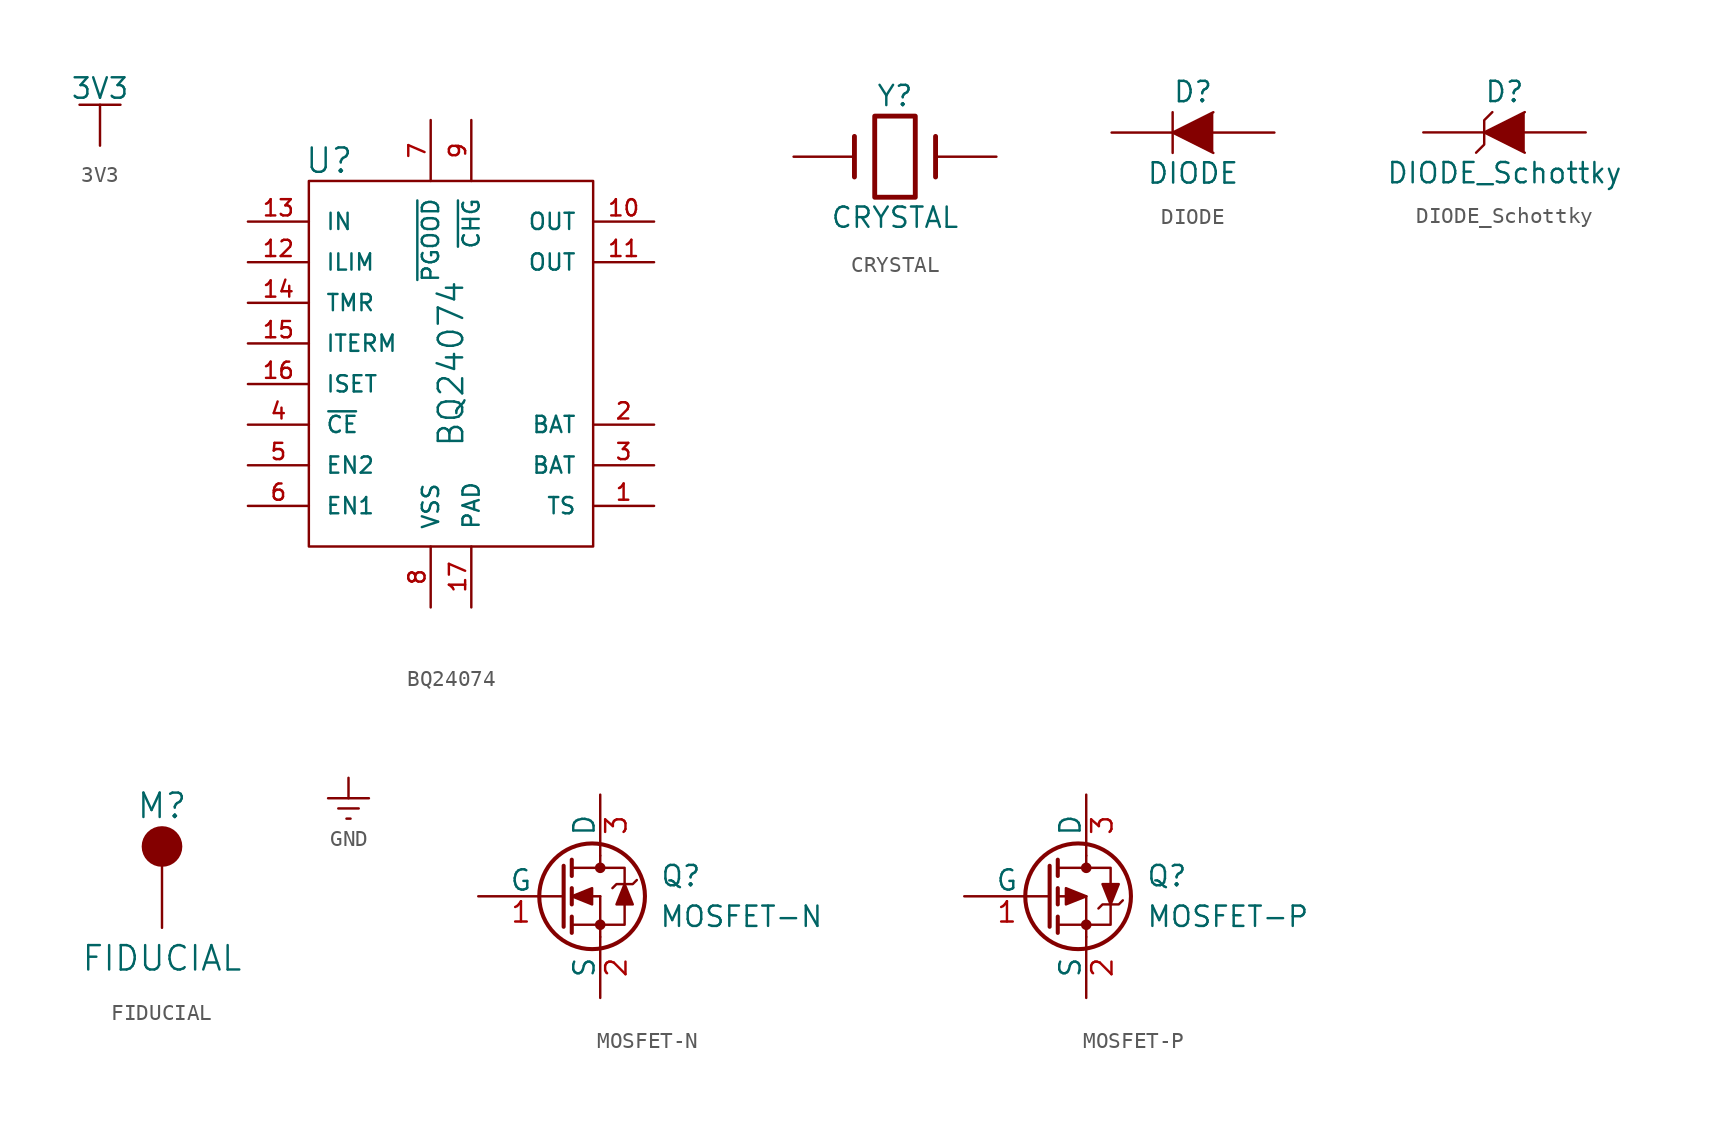
<source format=kicad_sym>
(kicad_symbol_lib
  (version 20211014)
  (generator kicad_symbol_editor)
  (symbol "3V3"
    (power)
    (pin_names
      (offset 0))
    (property "Reference" "#PWR"
      (at 0 -3.81 0)
      (effects (font (size 1.27 1.27)) hide))
    (property "Value" "3V3"
      (at 0 3.556 0)
      (effects (font (size 1.27 1.27))))
    (property "Footprint" ""
      (at 0 0 0)
      (effects (font (size 1.524 1.524))))
    (property "Datasheet" ""
      (at 0 0 0)
      (effects (font (size 1.524 1.524))))
    (symbol "3V3_0_1"
      (polyline (pts (xy -1.27 2.54) (xy 1.27 2.54)) (stroke (width 0) (type default) (color 0 0 0 0)) (fill (type none)))
      (polyline (pts (xy 0 0) (xy 0 2.54)) (stroke (width 0) (type default) (color 0 0 0 0)) (fill (type none))))
    (symbol "3V3_1_1"
      (pin power_in line (at 0 0 90) (length 0) hide (name "3V3" (effects (font (size 1.27 1.27)))) (number "1" (effects (font (size 1.27 1.27)))))))
  (symbol "BQ24074"
    (pin_names
      (offset 1.016))
    (property "Reference" "U"
      (at -7.62 12.7 0)
      (effects (font (size 1.524 1.524))))
    (property "Value" "BQ24074"
      (at 0 0 90)
      (effects (font (size 1.524 1.524))))
    (property "Datasheet" ""
      (at 1.27 0 0)
      (effects (font (size 1.524 1.524))))
    (symbol "BQ24074_0_0"
      (rectangle (start 8.89 -11.43) (end -8.89 11.43) (stroke (width 0) (type default) (color 0 0 0 0)) (fill (type none))))
    (symbol "BQ24074_1_1"
      (pin input line (at 12.7 -8.89 180) (length 3.81) (name "TS" (effects (font (size 1.016 1.016)))) (number "1" (effects (font (size 1.016 1.016)))))
      (pin input line (at 12.7 8.89 180) (length 3.81) (name "OUT" (effects (font (size 1.016 1.016)))) (number "10" (effects (font (size 1.016 1.016)))))
      (pin input line (at 12.7 6.35 180) (length 3.81) (name "OUT" (effects (font (size 1.016 1.016)))) (number "11" (effects (font (size 1.016 1.016)))))
      (pin input line (at -12.7 6.35 0) (length 3.81) (name "ILIM" (effects (font (size 1.016 1.016)))) (number "12" (effects (font (size 1.016 1.016)))))
      (pin input line (at -12.7 8.89 0) (length 3.81) (name "IN" (effects (font (size 1.016 1.016)))) (number "13" (effects (font (size 1.016 1.016)))))
      (pin input line (at -12.7 3.81 0) (length 3.81) (name "TMR" (effects (font (size 1.016 1.016)))) (number "14" (effects (font (size 1.016 1.016)))))
      (pin input line (at -12.7 1.27 0) (length 3.81) (name "ITERM" (effects (font (size 1.016 1.016)))) (number "15" (effects (font (size 1.016 1.016)))))
      (pin input line (at -12.7 -1.27 0) (length 3.81) (name "ISET" (effects (font (size 1.016 1.016)))) (number "16" (effects (font (size 1.016 1.016)))))
      (pin input line (at 1.27 -15.24 90) (length 3.81) (name "PAD" (effects (font (size 1.016 1.016)))) (number "17" (effects (font (size 1.016 1.016)))))
      (pin input line (at 12.7 -3.81 180) (length 3.81) (name "BAT" (effects (font (size 1.016 1.016)))) (number "2" (effects (font (size 1.016 1.016)))))
      (pin input line (at 12.7 -6.35 180) (length 3.81) (name "BAT" (effects (font (size 1.016 1.016)))) (number "3" (effects (font (size 1.016 1.016)))))
      (pin input line (at -12.7 -3.81 0) (length 3.81) (name "~{CE}" (effects (font (size 1.016 1.016)))) (number "4" (effects (font (size 1.016 1.016)))))
      (pin input line (at -12.7 -6.35 0) (length 3.81) (name "EN2" (effects (font (size 1.016 1.016)))) (number "5" (effects (font (size 1.016 1.016)))))
      (pin input line (at -12.7 -8.89 0) (length 3.81) (name "EN1" (effects (font (size 1.016 1.016)))) (number "6" (effects (font (size 1.016 1.016)))))
      (pin input line (at -1.27 15.24 270) (length 3.81) (name "~{PGOOD}" (effects (font (size 1.016 1.016)))) (number "7" (effects (font (size 1.016 1.016)))))
      (pin input line (at -1.27 -15.24 90) (length 3.81) (name "VSS" (effects (font (size 1.016 1.016)))) (number "8" (effects (font (size 1.016 1.016)))))
      (pin input line (at 1.27 15.24 270) (length 3.81) (name "~{CHG}" (effects (font (size 1.016 1.016)))) (number "9" (effects (font (size 1.016 1.016)))))))
  (symbol "CRYSTAL"
    (pin_numbers hide)
    (pin_names
      (offset 1.016) hide)
    (property "Reference" "Y"
      (at 0 3.81 0)
      (effects (font (size 1.27 1.27))))
    (property "Value" "CRYSTAL"
      (at 0 -3.81 0)
      (effects (font (size 1.27 1.27))))
    (property "Datasheet" ""
      (at 0 0 0)
      (effects (font (size 1.524 1.524))))
    (symbol "CRYSTAL_0_1"
      (rectangle (start -1.27 2.54) (end 1.27 -2.54) (stroke (width 0.305) (type default) (color 0 0 0 0)) (fill (type none)))
      (polyline (pts (xy -2.54 -1.27) (xy -2.54 1.27)) (stroke (width 0.305) (type default) (color 0 0 0 0)) (fill (type none)))
      (polyline (pts (xy 2.54 -1.27) (xy 2.54 1.27)) (stroke (width 0.305) (type default) (color 0 0 0 0)) (fill (type none))))
    (symbol "CRYSTAL_1_1"
      (pin passive line (at -6.35 0 0) (length 3.81) (name "1" (effects (font (size 1.016 1.016)))) (number "1" (effects (font (size 1.016 1.016)))))
      (pin passive line (at 6.35 0 180) (length 3.81) (name "2" (effects (font (size 1.016 1.016)))) (number "2" (effects (font (size 1.016 1.016)))))))
  (symbol "DIODE"
    (pin_numbers hide)
    (pin_names
      (offset 1.016) hide)
    (property "Reference" "D"
      (at 0 2.54 0)
      (effects (font (size 1.27 1.27))))
    (property "Value" "DIODE"
      (at 0 -2.54 0)
      (effects (font (size 1.27 1.27))))
    (property "Datasheet" ""
      (at 0 0 0)
      (effects (font (size 1.524 1.524))))
    (symbol "DIODE_0_0"
      (polyline (pts (xy -1.27 1.27) (xy -1.27 -1.27)) (stroke (width 0) (type default) (color 0 0 0 0)) (fill (type none))))
    (symbol "DIODE_0_1"
      (polyline (pts (xy 1.27 1.27) (xy -1.27 0) (xy 1.27 -1.27)) (stroke (width 0) (type default) (color 0 0 0 0)) (fill (type outline))))
    (symbol "DIODE_1_1"
      (pin passive line (at -5.08 0 0) (length 3.81) (name "K" (effects (font (size 1.27 1.27)))) (number "1" (effects (font (size 1.27 1.27)))))
      (pin passive line (at 5.08 0 180) (length 3.81) (name "A" (effects (font (size 1.27 1.27)))) (number "2" (effects (font (size 1.27 1.27)))))))
  (symbol "DIODE_Schottky"
    (pin_numbers hide)
    (pin_names
      (offset 1.016) hide)
    (property "Reference" "D"
      (at 0 2.54 0)
      (effects (font (size 1.27 1.27))))
    (property "Value" "DIODE_Schottky"
      (at 0 -2.54 0)
      (effects (font (size 1.27 1.27))))
    (property "Datasheet" ""
      (at 0 0 0)
      (effects (font (size 1.524 1.524))))
    (symbol "DIODE_Schottky_0_0"
      (polyline (pts (xy -0.762 1.27) (xy -1.27 0.762) (xy -1.27 -0.762) (xy -1.778 -1.27)) (stroke (width 0) (type default) (color 0 0 0 0)) (fill (type none))))
    (symbol "DIODE_Schottky_0_1"
      (polyline (pts (xy 1.27 1.27) (xy -1.27 0) (xy 1.27 -1.27)) (stroke (width 0) (type default) (color 0 0 0 0)) (fill (type outline))))
    (symbol "DIODE_Schottky_1_1"
      (pin passive line (at -5.08 0 0) (length 3.81) (name "K" (effects (font (size 1.27 1.27)))) (number "1" (effects (font (size 1.27 1.27)))))
      (pin passive line (at 5.08 0 180) (length 3.81) (name "A" (effects (font (size 1.27 1.27)))) (number "2" (effects (font (size 1.27 1.27)))))))
  (symbol "FIDUCIAL"
    (pin_names
      (offset 1.016))
    (property "Reference" "M"
      (at 0 3.81 0)
      (effects (font (size 1.524 1.524))))
    (property "Value" "FIDUCIAL"
      (at 0 -5.715 0)
      (effects (font (size 1.524 1.524))))
    (property "Datasheet" ""
      (at 0 0 0)
      (effects (font (size 1.524 1.524))))
    (symbol "FIDUCIAL_0_1"
      (circle (center 0 1.27) (radius 0.635) (stroke (width 1.27) (type default) (color 0 0 0 0)) (fill (type none))))
    (symbol "FIDUCIAL_1_1"
      (pin input line (at 0 -3.81 90) (length 3.81) (name "~" (effects (font (size 1.27 1.27)))) (number "~" (effects (font (size 1.27 1.27)))))))
  (symbol "GND"
    (power)
    (pin_names
      (offset 0))
    (property "Reference" "#PWR"
      (at 0 -6.35 0)
      (effects (font (size 1.27 1.27)) hide))
    (property "Footprint" ""
      (at 0 0 0)
      (effects (font (size 1.524 1.524))))
    (property "Datasheet" ""
      (at 0 0 0)
      (effects (font (size 1.524 1.524))))
    (symbol "GND_0_1"
      (polyline (pts (xy -0.635 -1.905) (xy 0.635 -1.905)) (stroke (width 0) (type default) (color 0 0 0 0)) (fill (type none)))
      (polyline (pts (xy -0.127 -2.54) (xy 0.127 -2.54)) (stroke (width 0) (type default) (color 0 0 0 0)) (fill (type none)))
      (polyline (pts (xy 0 -1.27) (xy 0 0)) (stroke (width 0) (type default) (color 0 0 0 0)) (fill (type none)))
      (polyline (pts (xy 1.27 -1.27) (xy -1.27 -1.27)) (stroke (width 0) (type default) (color 0 0 0 0)) (fill (type none))))
    (symbol "GND_1_1"
      (pin power_in line (at 0 0 270) (length 0) hide (name "GND" (effects (font (size 1.27 1.27)))) (number "1" (effects (font (size 1.27 1.27)))))))
  (symbol "MOSFET-N"
    (pin_names
      (offset 0))
    (property "Reference" "Q"
      (at 6.35 1.27 0)
      (effects (font (size 1.27 1.27)) (justify right)))
    (property "Value" "MOSFET-N"
      (at 13.97 -1.27 0)
      (effects (font (size 1.27 1.27)) (justify right)))
    (property "Datasheet" ""
      (at -2.54 0 0)
      (effects (font (size 1.524 1.524))))
    (symbol "MOSFET-N_0_0"
      (circle (center 0 -1.778) (radius 0.254) (stroke (width 0) (type default) (color 0 0 0 0)) (fill (type outline)))
      (polyline (pts (xy 0 1.778) (xy 1.524 1.778) (xy 1.524 0.762)) (stroke (width 0) (type default) (color 0 0 0 0)) (fill (type none)))
      (polyline (pts (xy 1.524 -0.508) (xy 1.524 -1.778) (xy 0 -1.778)) (stroke (width 0) (type default) (color 0 0 0 0)) (fill (type none)))
      (polyline (pts (xy 0.762 0.508) (xy 1.016 0.762) (xy 2.032 0.762) (xy 2.286 1.016)) (stroke (width 0) (type default) (color 0 0 0 0)) (fill (type none)))
      (circle (center 0 1.778) (radius 0.254) (stroke (width 0) (type default) (color 0 0 0 0)) (fill (type outline))))
    (symbol "MOSFET-N_0_1"
      (circle (center -0.508 0) (radius 3.302) (stroke (width 0.254) (type default) (color 0 0 0 0)) (fill (type none)))
      (polyline (pts (xy -1.778 -1.778) (xy 0 -1.778)) (stroke (width 0) (type default) (color 0 0 0 0)) (fill (type none)))
      (polyline (pts (xy -1.778 -1.27) (xy -1.778 -2.286)) (stroke (width 0.254) (type default) (color 0 0 0 0)) (fill (type none)))
      (polyline (pts (xy -1.778 0) (xy 0 0)) (stroke (width 0) (type default) (color 0 0 0 0)) (fill (type none)))
      (polyline (pts (xy -1.778 0.508) (xy -1.778 -0.508)) (stroke (width 0.254) (type default) (color 0 0 0 0)) (fill (type none)))
      (polyline (pts (xy -1.778 1.778) (xy 0 1.778)) (stroke (width 0) (type default) (color 0 0 0 0)) (fill (type none)))
      (polyline (pts (xy -1.778 2.286) (xy -1.778 1.27)) (stroke (width 0.254) (type default) (color 0 0 0 0)) (fill (type none)))
      (polyline (pts (xy 0 -1.778) (xy 0 -2.54)) (stroke (width 0) (type default) (color 0 0 0 0)) (fill (type none)))
      (polyline (pts (xy 0 -1.778) (xy 0 0)) (stroke (width 0) (type default) (color 0 0 0 0)) (fill (type none)))
      (polyline (pts (xy 0 2.54) (xy 0 1.778)) (stroke (width 0) (type default) (color 0 0 0 0)) (fill (type none)))
      (polyline (pts (xy -2.286 1.905) (xy -2.286 -1.905) (xy -2.286 -1.905)) (stroke (width 0.254) (type default) (color 0 0 0 0)) (fill (type none)))
      (polyline (pts (xy -1.778 0) (xy -0.508 0.508) (xy -0.508 -0.508) (xy -1.778 0) (xy -1.524 0)) (stroke (width 0) (type default) (color 0 0 0 0)) (fill (type outline))))
    (symbol "MOSFET-N_1_0"
      (polyline (pts (xy 1.524 0.762) (xy 1.016 -0.508) (xy 2.032 -0.508) (xy 1.524 0.762) (xy 1.524 0.508)) (stroke (width 0) (type default) (color 0 0 0 0)) (fill (type outline))))
    (symbol "MOSFET-N_1_1"
      (pin input line (at -7.62 0 0) (length 5.334) (name "G" (effects (font (size 1.27 1.27)))) (number "1" (effects (font (size 1.27 1.27)))))
      (pin passive line (at 0 -6.35 90) (length 3.81) (name "S" (effects (font (size 1.27 1.27)))) (number "2" (effects (font (size 1.27 1.27)))))
      (pin passive line (at 0 6.35 270) (length 3.81) (name "D" (effects (font (size 1.27 1.27)))) (number "3" (effects (font (size 1.27 1.27)))))))
  (symbol "MOSFET-P"
    (pin_names
      (offset 0))
    (property "Reference" "Q"
      (at 6.35 1.27 0)
      (effects (font (size 1.27 1.27)) (justify right)))
    (property "Value" "MOSFET-P"
      (at 13.97 -1.27 0)
      (effects (font (size 1.27 1.27)) (justify right)))
    (property "Datasheet" ""
      (at -2.54 0 0)
      (effects (font (size 1.524 1.524))))
    (symbol "MOSFET-P_0_0"
      (circle (center 0 -1.778) (radius 0.254) (stroke (width 0) (type default) (color 0 0 0 0)) (fill (type outline)))
      (polyline (pts (xy 0 1.778) (xy 1.524 1.778) (xy 1.524 0.762)) (stroke (width 0) (type default) (color 0 0 0 0)) (fill (type none)))
      (polyline (pts (xy 1.524 -0.508) (xy 1.524 -1.778) (xy 0 -1.778)) (stroke (width 0) (type default) (color 0 0 0 0)) (fill (type none)))
      (polyline (pts (xy 0.762 -0.762) (xy 1.016 -0.508) (xy 2.032 -0.508) (xy 2.286 -0.254)) (stroke (width 0) (type default) (color 0 0 0 0)) (fill (type none)))
      (circle (center 0 1.778) (radius 0.254) (stroke (width 0) (type default) (color 0 0 0 0)) (fill (type outline))))
    (symbol "MOSFET-P_0_1"
      (circle (center -0.508 0) (radius 3.302) (stroke (width 0.254) (type default) (color 0 0 0 0)) (fill (type none)))
      (polyline (pts (xy -1.778 -1.778) (xy 0 -1.778)) (stroke (width 0) (type default) (color 0 0 0 0)) (fill (type none)))
      (polyline (pts (xy -1.778 -1.27) (xy -1.778 -2.286)) (stroke (width 0.254) (type default) (color 0 0 0 0)) (fill (type none)))
      (polyline (pts (xy -1.778 0) (xy 0 0)) (stroke (width 0) (type default) (color 0 0 0 0)) (fill (type none)))
      (polyline (pts (xy -1.778 0.508) (xy -1.778 -0.508)) (stroke (width 0.254) (type default) (color 0 0 0 0)) (fill (type none)))
      (polyline (pts (xy -1.778 1.778) (xy 0 1.778)) (stroke (width 0) (type default) (color 0 0 0 0)) (fill (type none)))
      (polyline (pts (xy -1.778 2.286) (xy -1.778 1.27)) (stroke (width 0.254) (type default) (color 0 0 0 0)) (fill (type none)))
      (polyline (pts (xy 0 -1.778) (xy 0 -2.54)) (stroke (width 0) (type default) (color 0 0 0 0)) (fill (type none)))
      (polyline (pts (xy 0 -1.778) (xy 0 0)) (stroke (width 0) (type default) (color 0 0 0 0)) (fill (type none)))
      (polyline (pts (xy 0 2.54) (xy 0 1.778)) (stroke (width 0) (type default) (color 0 0 0 0)) (fill (type none)))
      (polyline (pts (xy -2.286 1.905) (xy -2.286 -1.905) (xy -2.286 -1.905)) (stroke (width 0.254) (type default) (color 0 0 0 0)) (fill (type none)))
      (polyline (pts (xy -1.27 -0.508) (xy -1.27 0.508) (xy 0 0) (xy -1.27 -0.508) (xy -1.27 0)) (stroke (width 0) (type default) (color 0 0 0 0)) (fill (type outline))))
    (symbol "MOSFET-P_1_0"
      (polyline (pts (xy 1.524 -0.508) (xy 2.032 0.762) (xy 1.016 0.762) (xy 1.524 -0.508) (xy 1.524 -0.254)) (stroke (width 0) (type default) (color 0 0 0 0)) (fill (type outline))))
    (symbol "MOSFET-P_1_1"
      (pin input line (at -7.62 0 0) (length 5.334) (name "G" (effects (font (size 1.27 1.27)))) (number "1" (effects (font (size 1.27 1.27)))))
      (pin passive line (at 0 -6.35 90) (length 3.81) (name "S" (effects (font (size 1.27 1.27)))) (number "2" (effects (font (size 1.27 1.27)))))
      (pin passive line (at 0 6.35 270) (length 3.81) (name "D" (effects (font (size 1.27 1.27)))) (number "3" (effects (font (size 1.27 1.27))))))))
</source>
